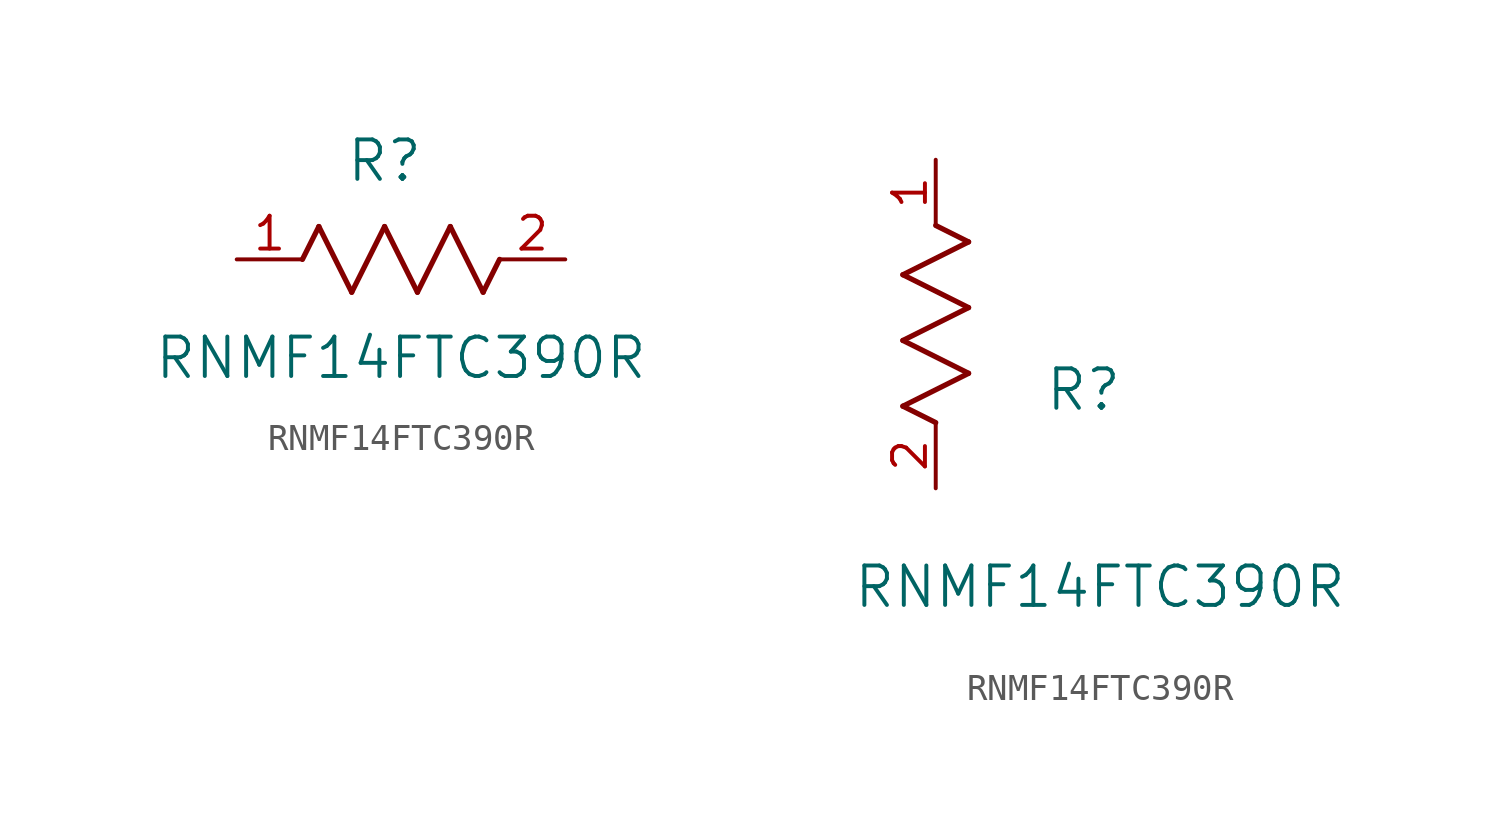
<source format=kicad_sym>
(kicad_symbol_lib
  (version 20211014)
  (generator kicad_symbol_editor)
  (symbol "RNMF14FTC390R"
    (pin_names
      (offset 0.254))
    (property "Reference" "R"
      (at 5.715 3.81 0)
      (effects (font (size 1.524 1.524))))
    (property "Value" "RNMF14FTC390R"
      (at 6.35 -3.81 0)
      (effects (font (size 1.524 1.524))))
    (symbol "RNMF14FTC390R_1_1"
      (polyline (pts (xy 3.175 1.27) (xy 4.445 -1.27)) (stroke (width 0.203) (type default) (color 0 0 0 0)) (fill (type none)))
      (polyline (pts (xy 4.445 -1.27) (xy 5.715 1.27)) (stroke (width 0.203) (type default) (color 0 0 0 0)) (fill (type none)))
      (polyline (pts (xy 5.715 1.27) (xy 6.985 -1.27)) (stroke (width 0.203) (type default) (color 0 0 0 0)) (fill (type none)))
      (polyline (pts (xy 6.985 -1.27) (xy 8.255 1.27)) (stroke (width 0.203) (type default) (color 0 0 0 0)) (fill (type none)))
      (polyline (pts (xy 8.255 1.27) (xy 9.525 -1.27)) (stroke (width 0.203) (type default) (color 0 0 0 0)) (fill (type none)))
      (polyline (pts (xy 2.54 0) (xy 3.175 1.27)) (stroke (width 0.203) (type default) (color 0 0 0 0)) (fill (type none)))
      (polyline (pts (xy 9.525 -1.27) (xy 10.16 0)) (stroke (width 0.203) (type default) (color 0 0 0 0)) (fill (type none)))
      (pin unspecified line (at 0 0 0) (length 2.54) (name "" (effects (font (size 1.27 1.27)))) (number "1" (effects (font (size 1.27 1.27)))))
      (pin unspecified line (at 12.7 0 180) (length 2.54) (name "" (effects (font (size 1.27 1.27)))) (number "2" (effects (font (size 1.27 1.27))))))
    (symbol "RNMF14FTC390R_1_2"
      (polyline (pts (xy 0 2.54) (xy -1.27 3.175)) (stroke (width 0.203) (type default) (color 0 0 0 0)) (fill (type none)))
      (polyline (pts (xy -1.27 3.175) (xy 1.27 4.445)) (stroke (width 0.203) (type default) (color 0 0 0 0)) (fill (type none)))
      (polyline (pts (xy 1.27 4.445) (xy -1.27 5.715)) (stroke (width 0.203) (type default) (color 0 0 0 0)) (fill (type none)))
      (polyline (pts (xy -1.27 5.715) (xy 1.27 6.985)) (stroke (width 0.203) (type default) (color 0 0 0 0)) (fill (type none)))
      (polyline (pts (xy -1.27 8.255) (xy 1.27 9.525)) (stroke (width 0.203) (type default) (color 0 0 0 0)) (fill (type none)))
      (polyline (pts (xy 1.27 9.525) (xy 0 10.16)) (stroke (width 0.203) (type default) (color 0 0 0 0)) (fill (type none)))
      (polyline (pts (xy 1.27 6.985) (xy -1.27 8.255)) (stroke (width 0.203) (type default) (color 0 0 0 0)) (fill (type none)))
      (pin unspecified line (at 0 12.7 270) (length 2.54) (name "" (effects (font (size 1.27 1.27)))) (number "1" (effects (font (size 1.27 1.27)))))
      (pin unspecified line (at 0 0 90) (length 2.54) (name "" (effects (font (size 1.27 1.27)))) (number "2" (effects (font (size 1.27 1.27))))))))
</source>
